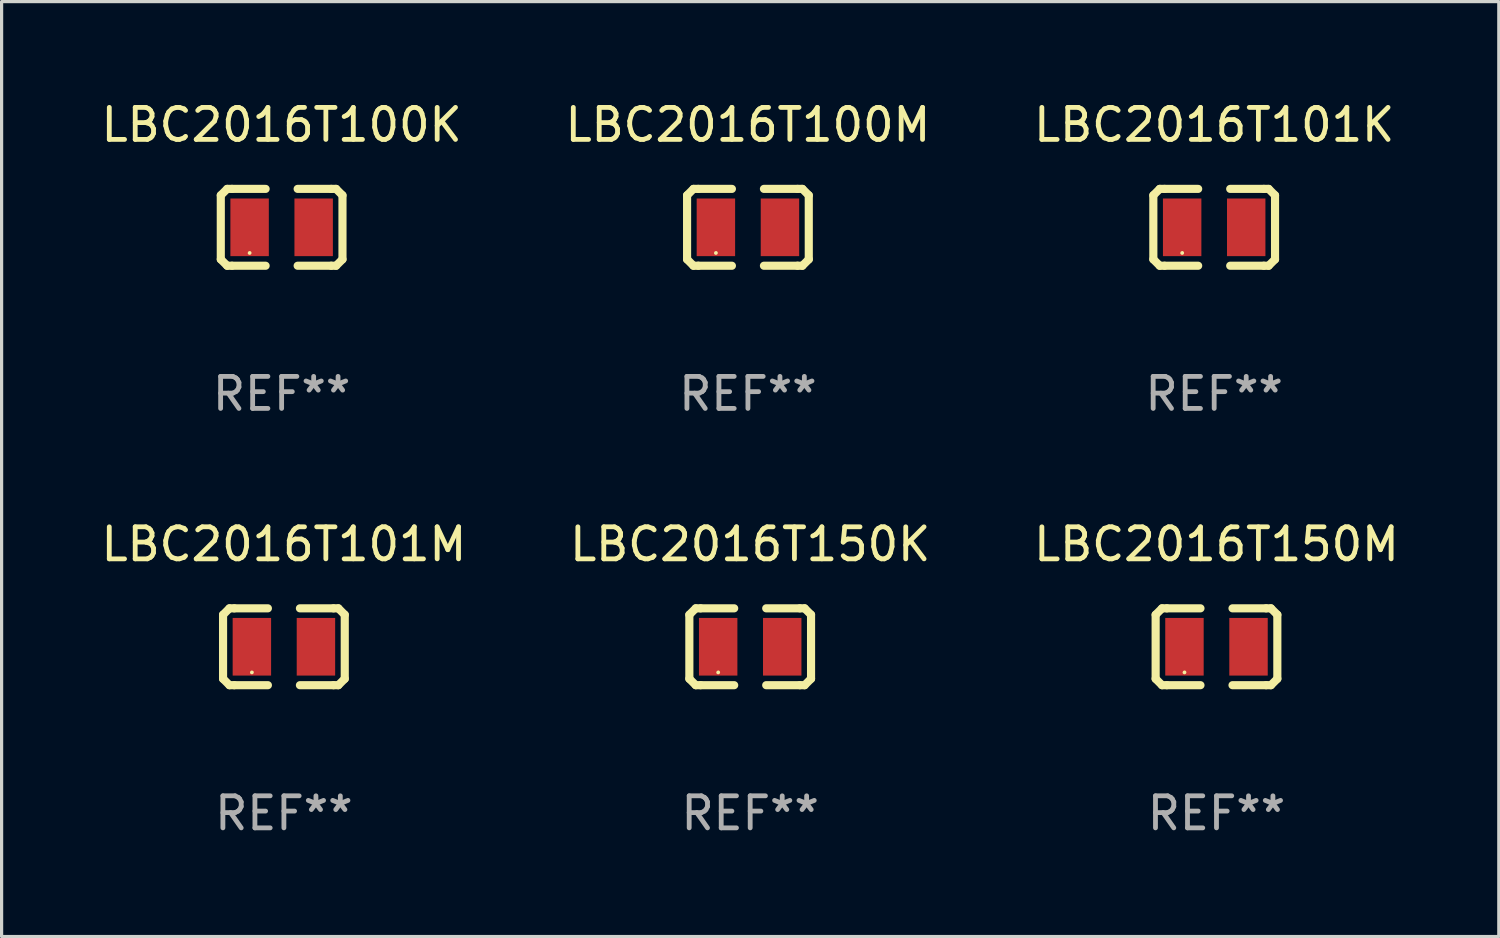
<source format=kicad_pcb>
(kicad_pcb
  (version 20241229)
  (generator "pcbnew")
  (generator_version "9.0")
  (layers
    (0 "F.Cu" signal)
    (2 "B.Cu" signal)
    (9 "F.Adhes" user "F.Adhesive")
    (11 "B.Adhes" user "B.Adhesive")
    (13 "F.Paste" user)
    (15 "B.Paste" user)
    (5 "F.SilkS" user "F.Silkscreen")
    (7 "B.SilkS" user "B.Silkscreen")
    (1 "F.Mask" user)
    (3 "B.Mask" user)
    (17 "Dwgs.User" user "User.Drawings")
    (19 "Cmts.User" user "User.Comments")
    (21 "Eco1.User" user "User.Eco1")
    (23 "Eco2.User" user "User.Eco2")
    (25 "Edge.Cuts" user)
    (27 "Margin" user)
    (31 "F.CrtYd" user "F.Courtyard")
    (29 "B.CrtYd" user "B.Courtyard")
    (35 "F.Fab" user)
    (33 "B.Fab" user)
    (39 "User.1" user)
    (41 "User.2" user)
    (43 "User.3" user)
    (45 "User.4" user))
  (footprint "LBC2016T150M"
    (layer "F.Cu")
    (at 34.935 17.145)
    (property "Reference" "LBC2016T150M" (at 0 -3.2 0) (layer "F.SilkS") (effects (font (size 1 1) (thickness 0.15))))
    (attr through_hole)
    (fp_line (start -1.9 -1) (end -1.9 1) (stroke (width 0.254) (type solid)) (layer "F.SilkS"))
    (fp_line (start -1.7 -1.2) (end -1.9 -1) (stroke (width 0.254) (type solid)) (layer "F.SilkS"))
    (fp_line (start -1.7 1.2) (end -1.9 1) (stroke (width 0.254) (type solid)) (layer "F.SilkS"))
    (fp_line (start -1.55 -1.2) (end -1.7 -1.2) (stroke (width 0.254) (type solid)) (layer "F.SilkS"))
    (fp_line (start -1.55 1.2) (end -1.7 1.2) (stroke (width 0.254) (type solid)) (layer "F.SilkS"))
    (fp_line (start -0.5 -1.2) (end -1.55 -1.2) (stroke (width 0.254) (type solid)) (layer "F.SilkS"))
    (fp_line (start -0.5 1.2) (end -1.55 1.2) (stroke (width 0.254) (type solid)) (layer "F.SilkS"))
    (fp_line (start 0.5 -1.2) (end 1.55 -1.2) (stroke (width 0.254) (type solid)) (layer "F.SilkS"))
    (fp_line (start 0.5 1.2) (end 1.55 1.2) (stroke (width 0.254) (type solid)) (layer "F.SilkS"))
    (fp_line (start 1.55 -1.2) (end 1.7 -1.2) (stroke (width 0.254) (type solid)) (layer "F.SilkS"))
    (fp_line (start 1.55 1.2) (end 1.7 1.2) (stroke (width 0.254) (type solid)) (layer "F.SilkS"))
    (fp_line (start 1.7 -1.2) (end 1.9 -1) (stroke (width 0.254) (type solid)) (layer "F.SilkS"))
    (fp_line (start 1.7 1.2) (end 1.9 1) (stroke (width 0.254) (type solid)) (layer "F.SilkS"))
    (fp_line (start 1.9 -1) (end 1.9 1) (stroke (width 0.254) (type solid)) (layer "F.SilkS"))
    (fp_circle (center -1 0.8) (end -0.97 0.8) (stroke (width 0.06) (type solid)) (fill no) (layer "F.SilkS"))
    (fp_text user "REF**" (at 0 5.2 0) (layer "F.Fab") (effects (font (size 1 1) (thickness 0.15))))
    (pad "1" smd rect (at -1 0) (size 1.2 1.8) (layers "F.Cu" "F.Mask" "F.Paste"))
    (pad "2" smd rect (at 1 0) (size 1.2 1.8) (layers "F.Cu" "F.Mask" "F.Paste")))
  (footprint "LBC2016T100K"
    (layer "F.Cu")
    (at 5.744 4.048)
    (property "Reference" "LBC2016T100K" (at 0 -3.2 0) (layer "F.SilkS") (effects (font (size 1 1) (thickness 0.15))))
    (attr through_hole)
    (fp_line (start -1.9 -1) (end -1.9 1) (stroke (width 0.254) (type solid)) (layer "F.SilkS"))
    (fp_line (start -1.7 -1.2) (end -1.9 -1) (stroke (width 0.254) (type solid)) (layer "F.SilkS"))
    (fp_line (start -1.7 1.2) (end -1.9 1) (stroke (width 0.254) (type solid)) (layer "F.SilkS"))
    (fp_line (start -1.55 -1.2) (end -1.7 -1.2) (stroke (width 0.254) (type solid)) (layer "F.SilkS"))
    (fp_line (start -1.55 1.2) (end -1.7 1.2) (stroke (width 0.254) (type solid)) (layer "F.SilkS"))
    (fp_line (start -0.5 -1.2) (end -1.55 -1.2) (stroke (width 0.254) (type solid)) (layer "F.SilkS"))
    (fp_line (start -0.5 1.2) (end -1.55 1.2) (stroke (width 0.254) (type solid)) (layer "F.SilkS"))
    (fp_line (start 0.5 -1.2) (end 1.55 -1.2) (stroke (width 0.254) (type solid)) (layer "F.SilkS"))
    (fp_line (start 0.5 1.2) (end 1.55 1.2) (stroke (width 0.254) (type solid)) (layer "F.SilkS"))
    (fp_line (start 1.55 -1.2) (end 1.7 -1.2) (stroke (width 0.254) (type solid)) (layer "F.SilkS"))
    (fp_line (start 1.55 1.2) (end 1.7 1.2) (stroke (width 0.254) (type solid)) (layer "F.SilkS"))
    (fp_line (start 1.7 -1.2) (end 1.9 -1) (stroke (width 0.254) (type solid)) (layer "F.SilkS"))
    (fp_line (start 1.7 1.2) (end 1.9 1) (stroke (width 0.254) (type solid)) (layer "F.SilkS"))
    (fp_line (start 1.9 -1) (end 1.9 1) (stroke (width 0.254) (type solid)) (layer "F.SilkS"))
    (fp_circle (center -1 0.8) (end -0.97 0.8) (stroke (width 0.06) (type solid)) (fill no) (layer "F.SilkS"))
    (fp_text user "REF**" (at 0 5.2 0) (layer "F.Fab") (effects (font (size 1 1) (thickness 0.15))))
    (pad "1" smd rect (at -1 0) (size 1.2 1.8) (layers "F.Cu" "F.Mask" "F.Paste"))
    (pad "2" smd rect (at 1 0) (size 1.2 1.8) (layers "F.Cu" "F.Mask" "F.Paste")))
  (footprint "LBC2016T101M"
    (layer "F.Cu")
    (at 5.815 17.145)
    (property "Reference" "LBC2016T101M" (at 0 -3.2 0) (layer "F.SilkS") (effects (font (size 1 1) (thickness 0.15))))
    (attr through_hole)
    (fp_line (start -1.9 -1) (end -1.9 1) (stroke (width 0.254) (type solid)) (layer "F.SilkS"))
    (fp_line (start -1.7 -1.2) (end -1.9 -1) (stroke (width 0.254) (type solid)) (layer "F.SilkS"))
    (fp_line (start -1.7 1.2) (end -1.9 1) (stroke (width 0.254) (type solid)) (layer "F.SilkS"))
    (fp_line (start -1.55 -1.2) (end -1.7 -1.2) (stroke (width 0.254) (type solid)) (layer "F.SilkS"))
    (fp_line (start -1.55 1.2) (end -1.7 1.2) (stroke (width 0.254) (type solid)) (layer "F.SilkS"))
    (fp_line (start -0.5 -1.2) (end -1.55 -1.2) (stroke (width 0.254) (type solid)) (layer "F.SilkS"))
    (fp_line (start -0.5 1.2) (end -1.55 1.2) (stroke (width 0.254) (type solid)) (layer "F.SilkS"))
    (fp_line (start 0.5 -1.2) (end 1.55 -1.2) (stroke (width 0.254) (type solid)) (layer "F.SilkS"))
    (fp_line (start 0.5 1.2) (end 1.55 1.2) (stroke (width 0.254) (type solid)) (layer "F.SilkS"))
    (fp_line (start 1.55 -1.2) (end 1.7 -1.2) (stroke (width 0.254) (type solid)) (layer "F.SilkS"))
    (fp_line (start 1.55 1.2) (end 1.7 1.2) (stroke (width 0.254) (type solid)) (layer "F.SilkS"))
    (fp_line (start 1.7 -1.2) (end 1.9 -1) (stroke (width 0.254) (type solid)) (layer "F.SilkS"))
    (fp_line (start 1.7 1.2) (end 1.9 1) (stroke (width 0.254) (type solid)) (layer "F.SilkS"))
    (fp_line (start 1.9 -1) (end 1.9 1) (stroke (width 0.254) (type solid)) (layer "F.SilkS"))
    (fp_circle (center -1 0.8) (end -0.97 0.8) (stroke (width 0.06) (type solid)) (fill no) (layer "F.SilkS"))
    (fp_text user "REF**" (at 0 5.2 0) (layer "F.Fab") (effects (font (size 1 1) (thickness 0.15))))
    (pad "1" smd rect (at -1 0) (size 1.2 1.8) (layers "F.Cu" "F.Mask" "F.Paste"))
    (pad "2" smd rect (at 1 0) (size 1.2 1.8) (layers "F.Cu" "F.Mask" "F.Paste")))
  (footprint "LBC2016T100M"
    (layer "F.Cu")
    (at 20.304 4.048)
    (property "Reference" "LBC2016T100M" (at 0 -3.2 0) (layer "F.SilkS") (effects (font (size 1 1) (thickness 0.15))))
    (attr through_hole)
    (fp_line (start -1.9 -1) (end -1.9 1) (stroke (width 0.254) (type solid)) (layer "F.SilkS"))
    (fp_line (start -1.7 -1.2) (end -1.9 -1) (stroke (width 0.254) (type solid)) (layer "F.SilkS"))
    (fp_line (start -1.7 1.2) (end -1.9 1) (stroke (width 0.254) (type solid)) (layer "F.SilkS"))
    (fp_line (start -1.55 -1.2) (end -1.7 -1.2) (stroke (width 0.254) (type solid)) (layer "F.SilkS"))
    (fp_line (start -1.55 1.2) (end -1.7 1.2) (stroke (width 0.254) (type solid)) (layer "F.SilkS"))
    (fp_line (start -0.5 -1.2) (end -1.55 -1.2) (stroke (width 0.254) (type solid)) (layer "F.SilkS"))
    (fp_line (start -0.5 1.2) (end -1.55 1.2) (stroke (width 0.254) (type solid)) (layer "F.SilkS"))
    (fp_line (start 0.5 -1.2) (end 1.55 -1.2) (stroke (width 0.254) (type solid)) (layer "F.SilkS"))
    (fp_line (start 0.5 1.2) (end 1.55 1.2) (stroke (width 0.254) (type solid)) (layer "F.SilkS"))
    (fp_line (start 1.55 -1.2) (end 1.7 -1.2) (stroke (width 0.254) (type solid)) (layer "F.SilkS"))
    (fp_line (start 1.55 1.2) (end 1.7 1.2) (stroke (width 0.254) (type solid)) (layer "F.SilkS"))
    (fp_line (start 1.7 -1.2) (end 1.9 -1) (stroke (width 0.254) (type solid)) (layer "F.SilkS"))
    (fp_line (start 1.7 1.2) (end 1.9 1) (stroke (width 0.254) (type solid)) (layer "F.SilkS"))
    (fp_line (start 1.9 -1) (end 1.9 1) (stroke (width 0.254) (type solid)) (layer "F.SilkS"))
    (fp_circle (center -1 0.8) (end -0.97 0.8) (stroke (width 0.06) (type solid)) (fill no) (layer "F.SilkS"))
    (fp_text user "REF**" (at 0 5.2 0) (layer "F.Fab") (effects (font (size 1 1) (thickness 0.15))))
    (pad "1" smd rect (at -1 0) (size 1.2 1.8) (layers "F.Cu" "F.Mask" "F.Paste"))
    (pad "2" smd rect (at 1 0) (size 1.2 1.8) (layers "F.Cu" "F.Mask" "F.Paste")))
  (footprint "LBC2016T101K"
    (layer "F.Cu")
    (at 34.863 4.048)
    (property "Reference" "LBC2016T101K" (at 0 -3.2 0) (layer "F.SilkS") (effects (font (size 1 1) (thickness 0.15))))
    (attr through_hole)
    (fp_line (start -1.9 -1) (end -1.9 1) (stroke (width 0.254) (type solid)) (layer "F.SilkS"))
    (fp_line (start -1.7 -1.2) (end -1.9 -1) (stroke (width 0.254) (type solid)) (layer "F.SilkS"))
    (fp_line (start -1.7 1.2) (end -1.9 1) (stroke (width 0.254) (type solid)) (layer "F.SilkS"))
    (fp_line (start -1.55 -1.2) (end -1.7 -1.2) (stroke (width 0.254) (type solid)) (layer "F.SilkS"))
    (fp_line (start -1.55 1.2) (end -1.7 1.2) (stroke (width 0.254) (type solid)) (layer "F.SilkS"))
    (fp_line (start -0.5 -1.2) (end -1.55 -1.2) (stroke (width 0.254) (type solid)) (layer "F.SilkS"))
    (fp_line (start -0.5 1.2) (end -1.55 1.2) (stroke (width 0.254) (type solid)) (layer "F.SilkS"))
    (fp_line (start 0.5 -1.2) (end 1.55 -1.2) (stroke (width 0.254) (type solid)) (layer "F.SilkS"))
    (fp_line (start 0.5 1.2) (end 1.55 1.2) (stroke (width 0.254) (type solid)) (layer "F.SilkS"))
    (fp_line (start 1.55 -1.2) (end 1.7 -1.2) (stroke (width 0.254) (type solid)) (layer "F.SilkS"))
    (fp_line (start 1.55 1.2) (end 1.7 1.2) (stroke (width 0.254) (type solid)) (layer "F.SilkS"))
    (fp_line (start 1.7 -1.2) (end 1.9 -1) (stroke (width 0.254) (type solid)) (layer "F.SilkS"))
    (fp_line (start 1.7 1.2) (end 1.9 1) (stroke (width 0.254) (type solid)) (layer "F.SilkS"))
    (fp_line (start 1.9 -1) (end 1.9 1) (stroke (width 0.254) (type solid)) (layer "F.SilkS"))
    (fp_circle (center -1 0.8) (end -0.97 0.8) (stroke (width 0.06) (type solid)) (fill no) (layer "F.SilkS"))
    (fp_text user "REF**" (at 0 5.2 0) (layer "F.Fab") (effects (font (size 1 1) (thickness 0.15))))
    (pad "1" smd rect (at -1 0) (size 1.2 1.8) (layers "F.Cu" "F.Mask" "F.Paste"))
    (pad "2" smd rect (at 1 0) (size 1.2 1.8) (layers "F.Cu" "F.Mask" "F.Paste")))
  (footprint "LBC2016T150K"
    (layer "F.Cu")
    (at 20.375 17.145)
    (property "Reference" "LBC2016T150K" (at 0 -3.2 0) (layer "F.SilkS") (effects (font (size 1 1) (thickness 0.15))))
    (attr through_hole)
    (fp_line (start -1.9 -1) (end -1.9 1) (stroke (width 0.254) (type solid)) (layer "F.SilkS"))
    (fp_line (start -1.7 -1.2) (end -1.9 -1) (stroke (width 0.254) (type solid)) (layer "F.SilkS"))
    (fp_line (start -1.7 1.2) (end -1.9 1) (stroke (width 0.254) (type solid)) (layer "F.SilkS"))
    (fp_line (start -1.55 -1.2) (end -1.7 -1.2) (stroke (width 0.254) (type solid)) (layer "F.SilkS"))
    (fp_line (start -1.55 1.2) (end -1.7 1.2) (stroke (width 0.254) (type solid)) (layer "F.SilkS"))
    (fp_line (start -0.5 -1.2) (end -1.55 -1.2) (stroke (width 0.254) (type solid)) (layer "F.SilkS"))
    (fp_line (start -0.5 1.2) (end -1.55 1.2) (stroke (width 0.254) (type solid)) (layer "F.SilkS"))
    (fp_line (start 0.5 -1.2) (end 1.55 -1.2) (stroke (width 0.254) (type solid)) (layer "F.SilkS"))
    (fp_line (start 0.5 1.2) (end 1.55 1.2) (stroke (width 0.254) (type solid)) (layer "F.SilkS"))
    (fp_line (start 1.55 -1.2) (end 1.7 -1.2) (stroke (width 0.254) (type solid)) (layer "F.SilkS"))
    (fp_line (start 1.55 1.2) (end 1.7 1.2) (stroke (width 0.254) (type solid)) (layer "F.SilkS"))
    (fp_line (start 1.7 -1.2) (end 1.9 -1) (stroke (width 0.254) (type solid)) (layer "F.SilkS"))
    (fp_line (start 1.7 1.2) (end 1.9 1) (stroke (width 0.254) (type solid)) (layer "F.SilkS"))
    (fp_line (start 1.9 -1) (end 1.9 1) (stroke (width 0.254) (type solid)) (layer "F.SilkS"))
    (fp_circle (center -1 0.8) (end -0.97 0.8) (stroke (width 0.06) (type solid)) (fill no) (layer "F.SilkS"))
    (fp_text user "REF**" (at 0 5.2 0) (layer "F.Fab") (effects (font (size 1 1) (thickness 0.15))))
    (pad "1" smd rect (at -1 0) (size 1.2 1.8) (layers "F.Cu" "F.Mask" "F.Paste"))
    (pad "2" smd rect (at 1 0) (size 1.2 1.8) (layers "F.Cu" "F.Mask" "F.Paste")))
  (gr_rect
    (start -3 -3)
    (end 43.75 26.193)
    (stroke (width 0.1) (type default))
    (fill no)
    (layer "Edge.Cuts")))
</source>
